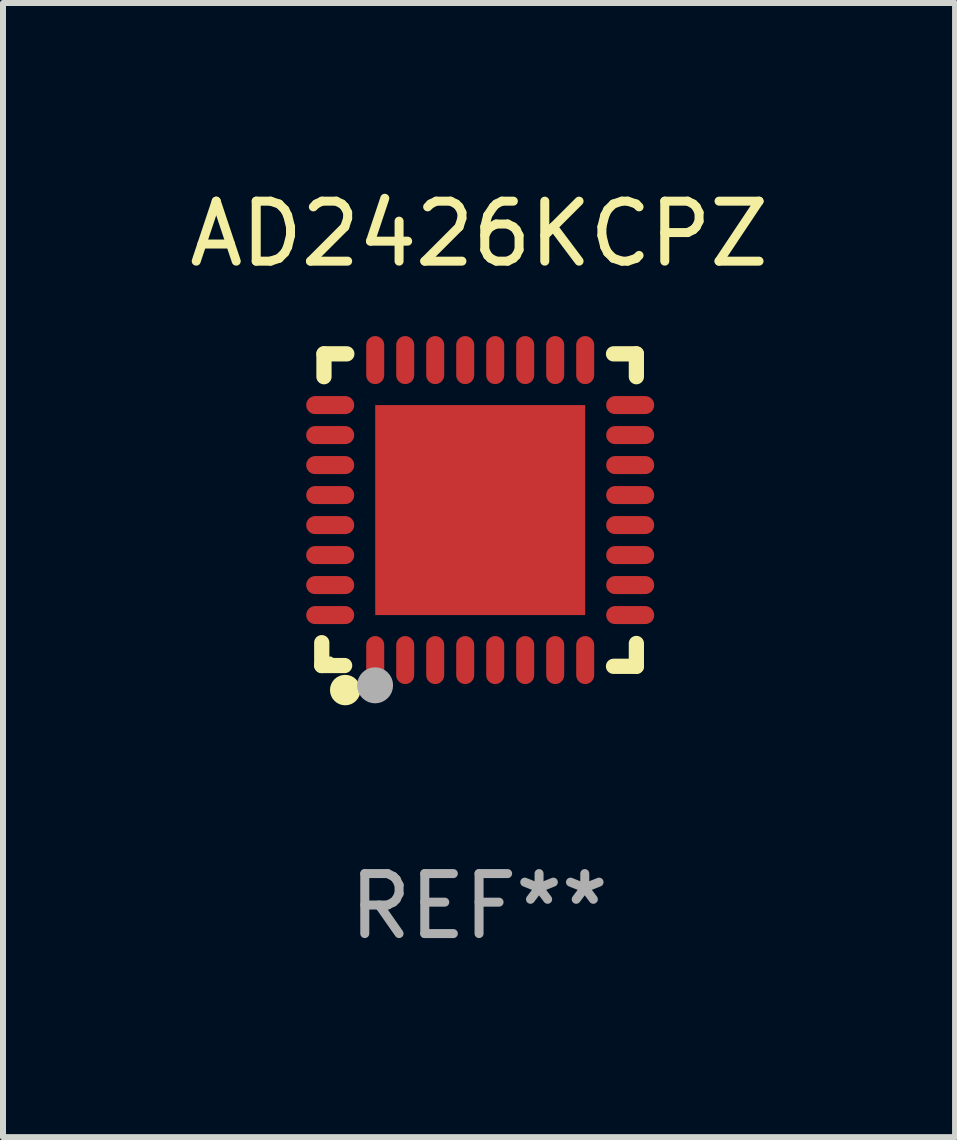
<source format=kicad_pcb>
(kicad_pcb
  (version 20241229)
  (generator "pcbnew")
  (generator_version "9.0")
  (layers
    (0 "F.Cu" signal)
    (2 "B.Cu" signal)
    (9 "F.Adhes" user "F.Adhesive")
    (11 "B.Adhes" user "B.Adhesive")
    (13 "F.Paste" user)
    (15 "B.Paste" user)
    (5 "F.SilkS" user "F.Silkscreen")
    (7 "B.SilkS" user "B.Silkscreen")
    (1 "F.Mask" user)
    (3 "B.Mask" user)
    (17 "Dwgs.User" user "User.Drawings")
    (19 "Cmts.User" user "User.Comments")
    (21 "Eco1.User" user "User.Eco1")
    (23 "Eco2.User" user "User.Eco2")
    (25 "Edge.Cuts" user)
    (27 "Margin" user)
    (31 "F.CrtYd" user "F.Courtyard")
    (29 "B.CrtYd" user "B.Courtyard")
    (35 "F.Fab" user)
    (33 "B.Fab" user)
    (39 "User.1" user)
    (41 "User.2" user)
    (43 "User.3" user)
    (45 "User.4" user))
  (footprint "AD2426KCPZ"
    (layer "F.Cu")
    (at 4.935 5.452)
    (property "Reference" "AD2426KCPZ" (at 0 -4.604 0) (layer "F.SilkS") (effects (font (size 1 1) (thickness 0.15))))
    (attr through_hole)
    (fp_line (start -2.622 2.21) (end -2.622 2.591) (stroke (width 0.254) (type solid)) (layer "F.SilkS"))
    (fp_line (start -2.622 2.591) (end -2.241 2.591) (stroke (width 0.254) (type solid)) (layer "F.SilkS"))
    (fp_line (start -2.585 -2.604) (end -2.585 -2.223) (stroke (width 0.254) (type solid)) (layer "F.SilkS"))
    (fp_line (start -2.204 -2.604) (end -2.585 -2.604) (stroke (width 0.254) (type solid)) (layer "F.SilkS"))
    (fp_line (start 2.241 2.604) (end 2.622 2.604) (stroke (width 0.254) (type solid)) (layer "F.SilkS"))
    (fp_line (start 2.622 -2.604) (end 2.241 -2.604) (stroke (width 0.254) (type solid)) (layer "F.SilkS"))
    (fp_line (start 2.622 -2.223) (end 2.622 -2.604) (stroke (width 0.254) (type solid)) (layer "F.SilkS"))
    (fp_line (start 2.622 2.604) (end 2.622 2.223) (stroke (width 0.254) (type solid)) (layer "F.SilkS"))
    (fp_circle (center -2.481 2.5) (end -2.451 2.5) (stroke (width 0.06) (type solid)) (fill no) (layer "F.SilkS"))
    (fp_circle (center -2.231 3) (end -2.104 3) (stroke (width 0.254) (type solid)) (fill no) (layer "F.SilkS"))
    (fp_circle (center -1.733 2.921) (end -1.583 2.921) (stroke (width 0.3) (type solid)) (fill no) (layer "F.Fab"))
    (fp_text user "REF**" (at 0 6.604 0) (layer "F.Fab") (effects (font (size 1 1) (thickness 0.15))))
    (pad "1" smd oval (at -1.731 2.5 90) (size 0.8 0.3) (layers "F.Cu" "F.Mask" "F.Paste"))
    (pad "2" smd oval (at -1.231 2.5 90) (size 0.8 0.3) (layers "F.Cu" "F.Mask" "F.Paste"))
    (pad "3" smd oval (at -0.731 2.5 90) (size 0.8 0.3) (layers "F.Cu" "F.Mask" "F.Paste"))
    (pad "4" smd oval (at -0.231 2.5 90) (size 0.8 0.3) (layers "F.Cu" "F.Mask" "F.Paste"))
    (pad "5" smd oval (at 0.269 2.5 90) (size 0.8 0.3) (layers "F.Cu" "F.Mask" "F.Paste"))
    (pad "6" smd oval (at 0.769 2.5 90) (size 0.8 0.3) (layers "F.Cu" "F.Mask" "F.Paste"))
    (pad "7" smd oval (at 1.269 2.5 90) (size 0.8 0.3) (layers "F.Cu" "F.Mask" "F.Paste"))
    (pad "8" smd oval (at 1.769 2.5 90) (size 0.8 0.3) (layers "F.Cu" "F.Mask" "F.Paste"))
    (pad "9" smd oval (at 2.519 1.75 180) (size 0.8 0.3) (layers "F.Cu" "F.Mask" "F.Paste"))
    (pad "10" smd oval (at 2.519 1.25 180) (size 0.8 0.3) (layers "F.Cu" "F.Mask" "F.Paste"))
    (pad "11" smd oval (at 2.519 0.75 180) (size 0.8 0.3) (layers "F.Cu" "F.Mask" "F.Paste"))
    (pad "12" smd oval (at 2.519 0.25 180) (size 0.8 0.3) (layers "F.Cu" "F.Mask" "F.Paste"))
    (pad "13" smd oval (at 2.519 -0.25 180) (size 0.8 0.3) (layers "F.Cu" "F.Mask" "F.Paste"))
    (pad "14" smd oval (at 2.519 -0.75 180) (size 0.8 0.3) (layers "F.Cu" "F.Mask" "F.Paste"))
    (pad "15" smd oval (at 2.519 -1.25 180) (size 0.8 0.3) (layers "F.Cu" "F.Mask" "F.Paste"))
    (pad "16" smd oval (at 2.519 -1.75 180) (size 0.8 0.3) (layers "F.Cu" "F.Mask" "F.Paste"))
    (pad "17" smd oval (at 1.769 -2.5 270) (size 0.8 0.3) (layers "F.Cu" "F.Mask" "F.Paste"))
    (pad "18" smd oval (at 1.269 -2.5 270) (size 0.8 0.3) (layers "F.Cu" "F.Mask" "F.Paste"))
    (pad "19" smd oval (at 0.769 -2.5 270) (size 0.8 0.3) (layers "F.Cu" "F.Mask" "F.Paste"))
    (pad "20" smd oval (at 0.269 -2.5 270) (size 0.8 0.3) (layers "F.Cu" "F.Mask" "F.Paste"))
    (pad "21" smd oval (at -0.231 -2.5 270) (size 0.8 0.3) (layers "F.Cu" "F.Mask" "F.Paste"))
    (pad "22" smd oval (at -0.731 -2.5 270) (size 0.8 0.3) (layers "F.Cu" "F.Mask" "F.Paste"))
    (pad "23" smd oval (at -1.231 -2.5 270) (size 0.8 0.3) (layers "F.Cu" "F.Mask" "F.Paste"))
    (pad "24" smd oval (at -1.731 -2.5 270) (size 0.8 0.3) (layers "F.Cu" "F.Mask" "F.Paste"))
    (pad "25" smd oval (at -2.481 -1.75) (size 0.8 0.3) (layers "F.Cu" "F.Mask" "F.Paste"))
    (pad "26" smd oval (at -2.481 -1.25) (size 0.8 0.3) (layers "F.Cu" "F.Mask" "F.Paste"))
    (pad "27" smd oval (at -2.481 -0.75) (size 0.8 0.3) (layers "F.Cu" "F.Mask" "F.Paste"))
    (pad "28" smd oval (at -2.481 -0.25) (size 0.8 0.3) (layers "F.Cu" "F.Mask" "F.Paste"))
    (pad "29" smd oval (at -2.481 0.25) (size 0.8 0.3) (layers "F.Cu" "F.Mask" "F.Paste"))
    (pad "30" smd oval (at -2.481 0.75) (size 0.8 0.3) (layers "F.Cu" "F.Mask" "F.Paste"))
    (pad "31" smd oval (at -2.481 1.25) (size 0.8 0.3) (layers "F.Cu" "F.Mask" "F.Paste"))
    (pad "32" smd oval (at -2.481 1.75) (size 0.8 0.3) (layers "F.Cu" "F.Mask" "F.Paste"))
    (pad "33" smd rect (at 0.019 -0.000025 90) (size 3.5 3.5) (layers "F.Cu" "F.Mask" "F.Paste")))
  (gr_rect
    (start -3 -3)
    (end 12.869 15.904)
    (stroke (width 0.1) (type default))
    (fill no)
    (layer "Edge.Cuts")))
</source>
